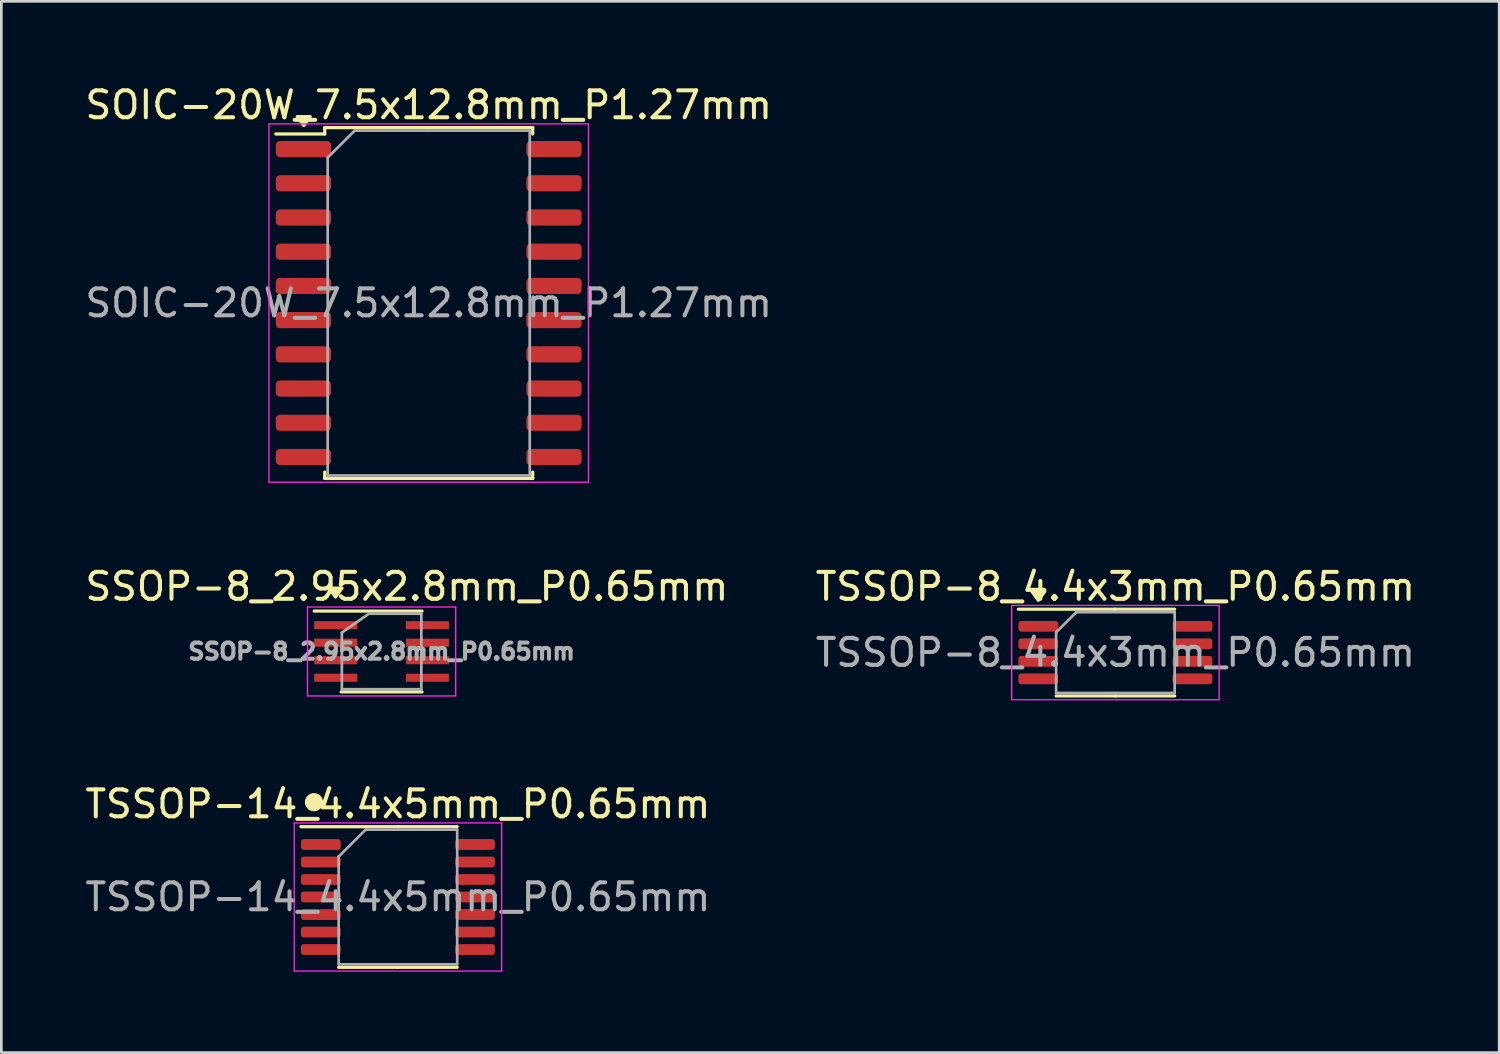
<source format=kicad_pcb>
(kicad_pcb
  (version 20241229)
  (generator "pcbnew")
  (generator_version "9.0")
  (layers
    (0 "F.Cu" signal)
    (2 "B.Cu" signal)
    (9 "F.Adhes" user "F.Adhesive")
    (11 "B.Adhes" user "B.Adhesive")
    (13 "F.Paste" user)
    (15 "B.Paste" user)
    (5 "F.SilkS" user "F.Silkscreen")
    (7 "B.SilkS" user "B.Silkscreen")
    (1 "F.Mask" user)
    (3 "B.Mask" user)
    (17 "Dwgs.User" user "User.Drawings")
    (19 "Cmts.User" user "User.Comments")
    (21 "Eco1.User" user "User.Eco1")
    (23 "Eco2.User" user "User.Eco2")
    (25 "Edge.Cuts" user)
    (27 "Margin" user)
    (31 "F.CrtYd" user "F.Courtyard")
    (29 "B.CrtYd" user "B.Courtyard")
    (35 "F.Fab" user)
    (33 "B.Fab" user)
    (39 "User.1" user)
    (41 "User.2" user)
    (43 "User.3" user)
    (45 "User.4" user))
  (footprint "SSOP-8_2.95x2.8mm_P0.65mm"
    (layer "F.Cu")
    (at 11.114 21.131)
    (property "Reference" "SSOP-8_2.95x2.8mm_P0.65mm" (at 0.94 -2.41 0) (layer "F.SilkS") (effects (font (size 1 1) (thickness 0.15))))
    (attr smd)
    (fp_line (start 1.5 -1.5) (end -2.5 -1.5) (stroke (width 0.12) (type solid)) (layer "F.SilkS"))
    (fp_line (start 1.5 1.5) (end -1.5 1.5) (stroke (width 0.12) (type solid)) (layer "F.SilkS"))
    (fp_poly (pts (xy -1.71 -2.02) (xy -1.95 -2.35) (xy -1.47 -2.35) (xy -1.71 -2.02)) (stroke (width 0.12) (type solid)) (fill yes) (layer "F.SilkS"))
    (fp_line (start -2.75 -1.65) (end 2.75 -1.65) (stroke (width 0.05) (type solid)) (layer "F.CrtYd"))
    (fp_line (start -2.75 1.65) (end -2.75 -1.65) (stroke (width 0.05) (type solid)) (layer "F.CrtYd"))
    (fp_line (start 2.75 -1.65) (end 2.75 1.65) (stroke (width 0.05) (type solid)) (layer "F.CrtYd"))
    (fp_line (start 2.75 1.65) (end -2.75 1.65) (stroke (width 0.05) (type solid)) (layer "F.CrtYd"))
    (fp_line (start -1.475 1.4) (end -1.475 -0.7) (stroke (width 0.1) (type solid)) (layer "F.Fab"))
    (fp_line (start -0.475 -1.4) (end -1.475 -0.7) (stroke (width 0.1) (type solid)) (layer "F.Fab"))
    (fp_line (start -0.475 -1.4) (end 1.475 -1.4) (stroke (width 0.1) (type solid)) (layer "F.Fab"))
    (fp_line (start 1.475 -1.4) (end 1.475 1.4) (stroke (width 0.1) (type solid)) (layer "F.Fab"))
    (fp_line (start 1.475 1.4) (end -1.475 1.4) (stroke (width 0.1) (type solid)) (layer "F.Fab"))
    (fp_text user "${REFERENCE}" (at 0 0 0) (layer "F.Fab") (effects (font (size 0.6 0.6) (thickness 0.15))))
    (pad "1" smd rect (at -1.7 -0.975 270) (size 0.3 1.6) (layers "F.Cu" "F.Mask" "F.Paste"))
    (pad "2" smd rect (at -1.7 -0.325 270) (size 0.3 1.6) (layers "F.Cu" "F.Mask" "F.Paste"))
    (pad "3" smd rect (at -1.7 0.325 270) (size 0.3 1.6) (layers "F.Cu" "F.Mask" "F.Paste"))
    (pad "4" smd rect (at -1.7 0.975 270) (size 0.3 1.6) (layers "F.Cu" "F.Mask" "F.Paste"))
    (pad "5" smd rect (at 1.7 0.975 270) (size 0.3 1.6) (layers "F.Cu" "F.Mask" "F.Paste"))
    (pad "6" smd rect (at 1.7 0.325 270) (size 0.3 1.6) (layers "F.Cu" "F.Mask" "F.Paste"))
    (pad "7" smd rect (at 1.7 -0.325 270) (size 0.3 1.6) (layers "F.Cu" "F.Mask" "F.Paste"))
    (pad "8" smd rect (at 1.7 -0.975 270) (size 0.3 1.6) (layers "F.Cu" "F.Mask" "F.Paste")))
  (footprint "TSSOP-14_4.4x5mm_P0.65mm"
    (layer "F.Cu")
    (at 8.858 28.295)
    (property "Reference" "TSSOP-14_4.4x5mm_P0.65mm" (at 2.862 -1.5 0) (layer "F.SilkS") (effects (font (size 1 1) (thickness 0.15))))
    (attr smd)
    (fp_line (start 2.862 -0.66) (end -0.738 -0.66) (stroke (width 0.12) (type solid)) (layer "F.SilkS"))
    (fp_line (start 2.862 -0.66) (end 5.062 -0.66) (stroke (width 0.12) (type solid)) (layer "F.SilkS"))
    (fp_line (start 2.862 4.56) (end 0.662 4.56) (stroke (width 0.12) (type solid)) (layer "F.SilkS"))
    (fp_line (start 2.862 4.56) (end 5.062 4.56) (stroke (width 0.12) (type solid)) (layer "F.SilkS"))
    (fp_circle (center -0.254 -1.57) (end 0.024 -1.57) (stroke (width 0.12) (type solid)) (fill yes) (layer "F.SilkS"))
    (fp_line (start -0.988 -0.8) (end -0.988 4.7) (stroke (width 0.05) (type solid)) (layer "F.CrtYd"))
    (fp_line (start -0.988 4.7) (end 6.713 4.7) (stroke (width 0.05) (type solid)) (layer "F.CrtYd"))
    (fp_line (start 6.713 -0.8) (end -0.988 -0.8) (stroke (width 0.05) (type solid)) (layer "F.CrtYd"))
    (fp_line (start 6.713 4.7) (end 6.713 -0.8) (stroke (width 0.05) (type solid)) (layer "F.CrtYd"))
    (fp_line (start 0.662 0.45) (end 1.663 -0.55) (stroke (width 0.1) (type solid)) (layer "F.Fab"))
    (fp_line (start 0.662 4.45) (end 0.662 0.45) (stroke (width 0.1) (type solid)) (layer "F.Fab"))
    (fp_line (start 1.663 -0.55) (end 5.062 -0.55) (stroke (width 0.1) (type solid)) (layer "F.Fab"))
    (fp_line (start 5.062 -0.55) (end 5.062 4.45) (stroke (width 0.1) (type solid)) (layer "F.Fab"))
    (fp_line (start 5.062 4.45) (end 0.662 4.45) (stroke (width 0.1) (type solid)) (layer "F.Fab"))
    (fp_text user "${REFERENCE}" (at 2.862 1.95 0) (layer "F.Fab") (effects (font (size 1 1) (thickness 0.15))))
    (pad "1" smd roundrect (at 0 0) (size 1.475 0.4) (layers "F.Cu" "F.Mask" "F.Paste") (roundrect_rratio 0.25))
    (pad "2" smd roundrect (at 0 0.65) (size 1.475 0.4) (layers "F.Cu" "F.Mask" "F.Paste") (roundrect_rratio 0.25))
    (pad "3" smd roundrect (at 0 1.3) (size 1.475 0.4) (layers "F.Cu" "F.Mask" "F.Paste") (roundrect_rratio 0.25))
    (pad "4" smd roundrect (at 0 1.95) (size 1.475 0.4) (layers "F.Cu" "F.Mask" "F.Paste") (roundrect_rratio 0.25))
    (pad "5" smd roundrect (at 0 2.6) (size 1.475 0.4) (layers "F.Cu" "F.Mask" "F.Paste") (roundrect_rratio 0.25))
    (pad "6" smd roundrect (at 0 3.25) (size 1.475 0.4) (layers "F.Cu" "F.Mask" "F.Paste") (roundrect_rratio 0.25))
    (pad "7" smd roundrect (at 0 3.9) (size 1.475 0.4) (layers "F.Cu" "F.Mask" "F.Paste") (roundrect_rratio 0.25))
    (pad "8" smd roundrect (at 5.725 3.9) (size 1.475 0.4) (layers "F.Cu" "F.Mask" "F.Paste") (roundrect_rratio 0.25))
    (pad "9" smd roundrect (at 5.725 3.25) (size 1.475 0.4) (layers "F.Cu" "F.Mask" "F.Paste") (roundrect_rratio 0.25))
    (pad "10" smd roundrect (at 5.725 2.6) (size 1.475 0.4) (layers "F.Cu" "F.Mask" "F.Paste") (roundrect_rratio 0.25))
    (pad "11" smd roundrect (at 5.725 1.95) (size 1.475 0.4) (layers "F.Cu" "F.Mask" "F.Paste") (roundrect_rratio 0.25))
    (pad "12" smd roundrect (at 5.725 1.3) (size 1.475 0.4) (layers "F.Cu" "F.Mask" "F.Paste") (roundrect_rratio 0.25))
    (pad "13" smd roundrect (at 5.725 0.65) (size 1.475 0.4) (layers "F.Cu" "F.Mask" "F.Paste") (roundrect_rratio 0.25))
    (pad "14" smd roundrect (at 5.725 0) (size 1.475 0.4) (layers "F.Cu" "F.Mask" "F.Paste") (roundrect_rratio 0.25)))
  (footprint "SOIC-20W_7.5x12.8mm_P1.27mm"
    (layer "F.Cu")
    (at 12.863 8.198)
    (property "Reference" "SOIC-20W_7.5x12.8mm_P1.27mm" (at 0 -7.35 0) (layer "F.SilkS") (effects (font (size 1 1) (thickness 0.15))))
    (attr smd)
    (fp_line (start -3.86 -6.51) (end -3.86 -6.275) (stroke (width 0.12) (type solid)) (layer "F.SilkS"))
    (fp_line (start -3.86 -6.275) (end -5.675 -6.275) (stroke (width 0.12) (type solid)) (layer "F.SilkS"))
    (fp_line (start -3.86 6.51) (end -3.86 6.275) (stroke (width 0.12) (type solid)) (layer "F.SilkS"))
    (fp_line (start 0 -6.51) (end -3.86 -6.51) (stroke (width 0.12) (type solid)) (layer "F.SilkS"))
    (fp_line (start 0 -6.51) (end 3.86 -6.51) (stroke (width 0.12) (type solid)) (layer "F.SilkS"))
    (fp_line (start 0 6.51) (end -3.86 6.51) (stroke (width 0.12) (type solid)) (layer "F.SilkS"))
    (fp_line (start 0 6.51) (end 3.86 6.51) (stroke (width 0.12) (type solid)) (layer "F.SilkS"))
    (fp_line (start 3.86 -6.51) (end 3.86 -6.275) (stroke (width 0.12) (type solid)) (layer "F.SilkS"))
    (fp_line (start 3.86 6.51) (end 3.86 6.275) (stroke (width 0.12) (type solid)) (layer "F.SilkS"))
    (fp_poly (pts (xy -4.64 -6.59) (xy -4.88 -6.92) (xy -4.4 -6.92) (xy -4.64 -6.59)) (stroke (width 0.12) (type solid)) (fill yes) (layer "F.SilkS"))
    (fp_line (start -5.93 -6.65) (end -5.93 6.65) (stroke (width 0.05) (type solid)) (layer "F.CrtYd"))
    (fp_line (start -5.93 6.65) (end 5.93 6.65) (stroke (width 0.05) (type solid)) (layer "F.CrtYd"))
    (fp_line (start 5.93 -6.65) (end -5.93 -6.65) (stroke (width 0.05) (type solid)) (layer "F.CrtYd"))
    (fp_line (start 5.93 6.65) (end 5.93 -6.65) (stroke (width 0.05) (type solid)) (layer "F.CrtYd"))
    (fp_line (start -3.75 -5.4) (end -2.75 -6.4) (stroke (width 0.1) (type solid)) (layer "F.Fab"))
    (fp_line (start -3.75 6.4) (end -3.75 -5.4) (stroke (width 0.1) (type solid)) (layer "F.Fab"))
    (fp_line (start -2.75 -6.4) (end 3.75 -6.4) (stroke (width 0.1) (type solid)) (layer "F.Fab"))
    (fp_line (start 3.75 -6.4) (end 3.75 6.4) (stroke (width 0.1) (type solid)) (layer "F.Fab"))
    (fp_line (start 3.75 6.4) (end -3.75 6.4) (stroke (width 0.1) (type solid)) (layer "F.Fab"))
    (fp_text user "${REFERENCE}" (at 0 0 0) (layer "F.Fab") (effects (font (size 1 1) (thickness 0.15))))
    (pad "1" smd roundrect (at -4.65 -5.715) (size 2.05 0.6) (layers "F.Cu" "F.Mask" "F.Paste") (roundrect_rratio 0.25))
    (pad "2" smd roundrect (at -4.65 -4.445) (size 2.05 0.6) (layers "F.Cu" "F.Mask" "F.Paste") (roundrect_rratio 0.25))
    (pad "3" smd roundrect (at -4.65 -3.175) (size 2.05 0.6) (layers "F.Cu" "F.Mask" "F.Paste") (roundrect_rratio 0.25))
    (pad "4" smd roundrect (at -4.65 -1.905) (size 2.05 0.6) (layers "F.Cu" "F.Mask" "F.Paste") (roundrect_rratio 0.25))
    (pad "5" smd roundrect (at -4.65 -0.635) (size 2.05 0.6) (layers "F.Cu" "F.Mask" "F.Paste") (roundrect_rratio 0.25))
    (pad "6" smd roundrect (at -4.65 0.635) (size 2.05 0.6) (layers "F.Cu" "F.Mask" "F.Paste") (roundrect_rratio 0.25))
    (pad "7" smd roundrect (at -4.65 1.905) (size 2.05 0.6) (layers "F.Cu" "F.Mask" "F.Paste") (roundrect_rratio 0.25))
    (pad "8" smd roundrect (at -4.65 3.175) (size 2.05 0.6) (layers "F.Cu" "F.Mask" "F.Paste") (roundrect_rratio 0.25))
    (pad "9" smd roundrect (at -4.65 4.445) (size 2.05 0.6) (layers "F.Cu" "F.Mask" "F.Paste") (roundrect_rratio 0.25))
    (pad "10" smd roundrect (at -4.65 5.715) (size 2.05 0.6) (layers "F.Cu" "F.Mask" "F.Paste") (roundrect_rratio 0.25))
    (pad "11" smd roundrect (at 4.65 5.715) (size 2.05 0.6) (layers "F.Cu" "F.Mask" "F.Paste") (roundrect_rratio 0.25))
    (pad "12" smd roundrect (at 4.65 4.445) (size 2.05 0.6) (layers "F.Cu" "F.Mask" "F.Paste") (roundrect_rratio 0.25))
    (pad "13" smd roundrect (at 4.65 3.175) (size 2.05 0.6) (layers "F.Cu" "F.Mask" "F.Paste") (roundrect_rratio 0.25))
    (pad "14" smd roundrect (at 4.65 1.905) (size 2.05 0.6) (layers "F.Cu" "F.Mask" "F.Paste") (roundrect_rratio 0.25))
    (pad "15" smd roundrect (at 4.65 0.635) (size 2.05 0.6) (layers "F.Cu" "F.Mask" "F.Paste") (roundrect_rratio 0.25))
    (pad "16" smd roundrect (at 4.65 -0.635) (size 2.05 0.6) (layers "F.Cu" "F.Mask" "F.Paste") (roundrect_rratio 0.25))
    (pad "17" smd roundrect (at 4.65 -1.905) (size 2.05 0.6) (layers "F.Cu" "F.Mask" "F.Paste") (roundrect_rratio 0.25))
    (pad "18" smd roundrect (at 4.65 -3.175) (size 2.05 0.6) (layers "F.Cu" "F.Mask" "F.Paste") (roundrect_rratio 0.25))
    (pad "19" smd roundrect (at 4.65 -4.445) (size 2.05 0.6) (layers "F.Cu" "F.Mask" "F.Paste") (roundrect_rratio 0.25))
    (pad "20" smd roundrect (at 4.65 -5.715) (size 2.05 0.6) (layers "F.Cu" "F.Mask" "F.Paste") (roundrect_rratio 0.25)))
  (footprint "TSSOP-8_4.4x3mm_P0.65mm"
    (layer "F.Cu")
    (at 38.351 21.172)
    (property "Reference" "TSSOP-8_4.4x3mm_P0.65mm" (at 0 -2.45 0) (layer "F.SilkS") (effects (font (size 1 1) (thickness 0.15))))
    (attr smd)
    (fp_line (start 0 -1.61) (end -3.6 -1.61) (stroke (width 0.12) (type solid)) (layer "F.SilkS"))
    (fp_line (start 0 -1.61) (end 2.2 -1.61) (stroke (width 0.12) (type solid)) (layer "F.SilkS"))
    (fp_line (start 0 1.61) (end -2.2 1.61) (stroke (width 0.12) (type solid)) (layer "F.SilkS"))
    (fp_line (start 0 1.61) (end 2.2 1.61) (stroke (width 0.12) (type solid)) (layer "F.SilkS"))
    (fp_poly (pts (xy -2.86 -1.94) (xy -3.1 -2.27) (xy -2.62 -2.27) (xy -2.86 -1.94)) (stroke (width 0.12) (type solid)) (fill yes) (layer "F.SilkS"))
    (fp_line (start -3.85 -1.75) (end -3.85 1.75) (stroke (width 0.05) (type solid)) (layer "F.CrtYd"))
    (fp_line (start -3.85 1.75) (end 3.85 1.75) (stroke (width 0.05) (type solid)) (layer "F.CrtYd"))
    (fp_line (start 3.85 -1.75) (end -3.85 -1.75) (stroke (width 0.05) (type solid)) (layer "F.CrtYd"))
    (fp_line (start 3.85 1.75) (end 3.85 -1.75) (stroke (width 0.05) (type solid)) (layer "F.CrtYd"))
    (fp_line (start -2.2 -0.75) (end -1.45 -1.5) (stroke (width 0.1) (type solid)) (layer "F.Fab"))
    (fp_line (start -2.2 1.5) (end -2.2 -0.75) (stroke (width 0.1) (type solid)) (layer "F.Fab"))
    (fp_line (start -1.45 -1.5) (end 2.2 -1.5) (stroke (width 0.1) (type solid)) (layer "F.Fab"))
    (fp_line (start 2.2 -1.5) (end 2.2 1.5) (stroke (width 0.1) (type solid)) (layer "F.Fab"))
    (fp_line (start 2.2 1.5) (end -2.2 1.5) (stroke (width 0.1) (type solid)) (layer "F.Fab"))
    (fp_text user "${REFERENCE}" (at 0 0 0) (layer "F.Fab") (effects (font (size 1 1) (thickness 0.15))))
    (pad "1" smd roundrect (at -2.862 -0.975) (size 1.475 0.4) (layers "F.Cu" "F.Mask" "F.Paste") (roundrect_rratio 0.25))
    (pad "2" smd roundrect (at -2.862 -0.325) (size 1.475 0.4) (layers "F.Cu" "F.Mask" "F.Paste") (roundrect_rratio 0.25))
    (pad "3" smd roundrect (at -2.862 0.325) (size 1.475 0.4) (layers "F.Cu" "F.Mask" "F.Paste") (roundrect_rratio 0.25))
    (pad "4" smd roundrect (at -2.862 0.975) (size 1.475 0.4) (layers "F.Cu" "F.Mask" "F.Paste") (roundrect_rratio 0.25))
    (pad "5" smd roundrect (at 2.862 0.975) (size 1.475 0.4) (layers "F.Cu" "F.Mask" "F.Paste") (roundrect_rratio 0.25))
    (pad "6" smd roundrect (at 2.862 0.325) (size 1.475 0.4) (layers "F.Cu" "F.Mask" "F.Paste") (roundrect_rratio 0.25))
    (pad "7" smd roundrect (at 2.862 -0.325) (size 1.475 0.4) (layers "F.Cu" "F.Mask" "F.Paste") (roundrect_rratio 0.25))
    (pad "8" smd roundrect (at 2.862 -0.975) (size 1.475 0.4) (layers "F.Cu" "F.Mask" "F.Paste") (roundrect_rratio 0.25)))
  (gr_rect
    (start -3 -3)
    (end 52.595 36.02)
    (stroke (width 0.1) (type default))
    (fill no)
    (layer "Edge.Cuts")))
</source>
